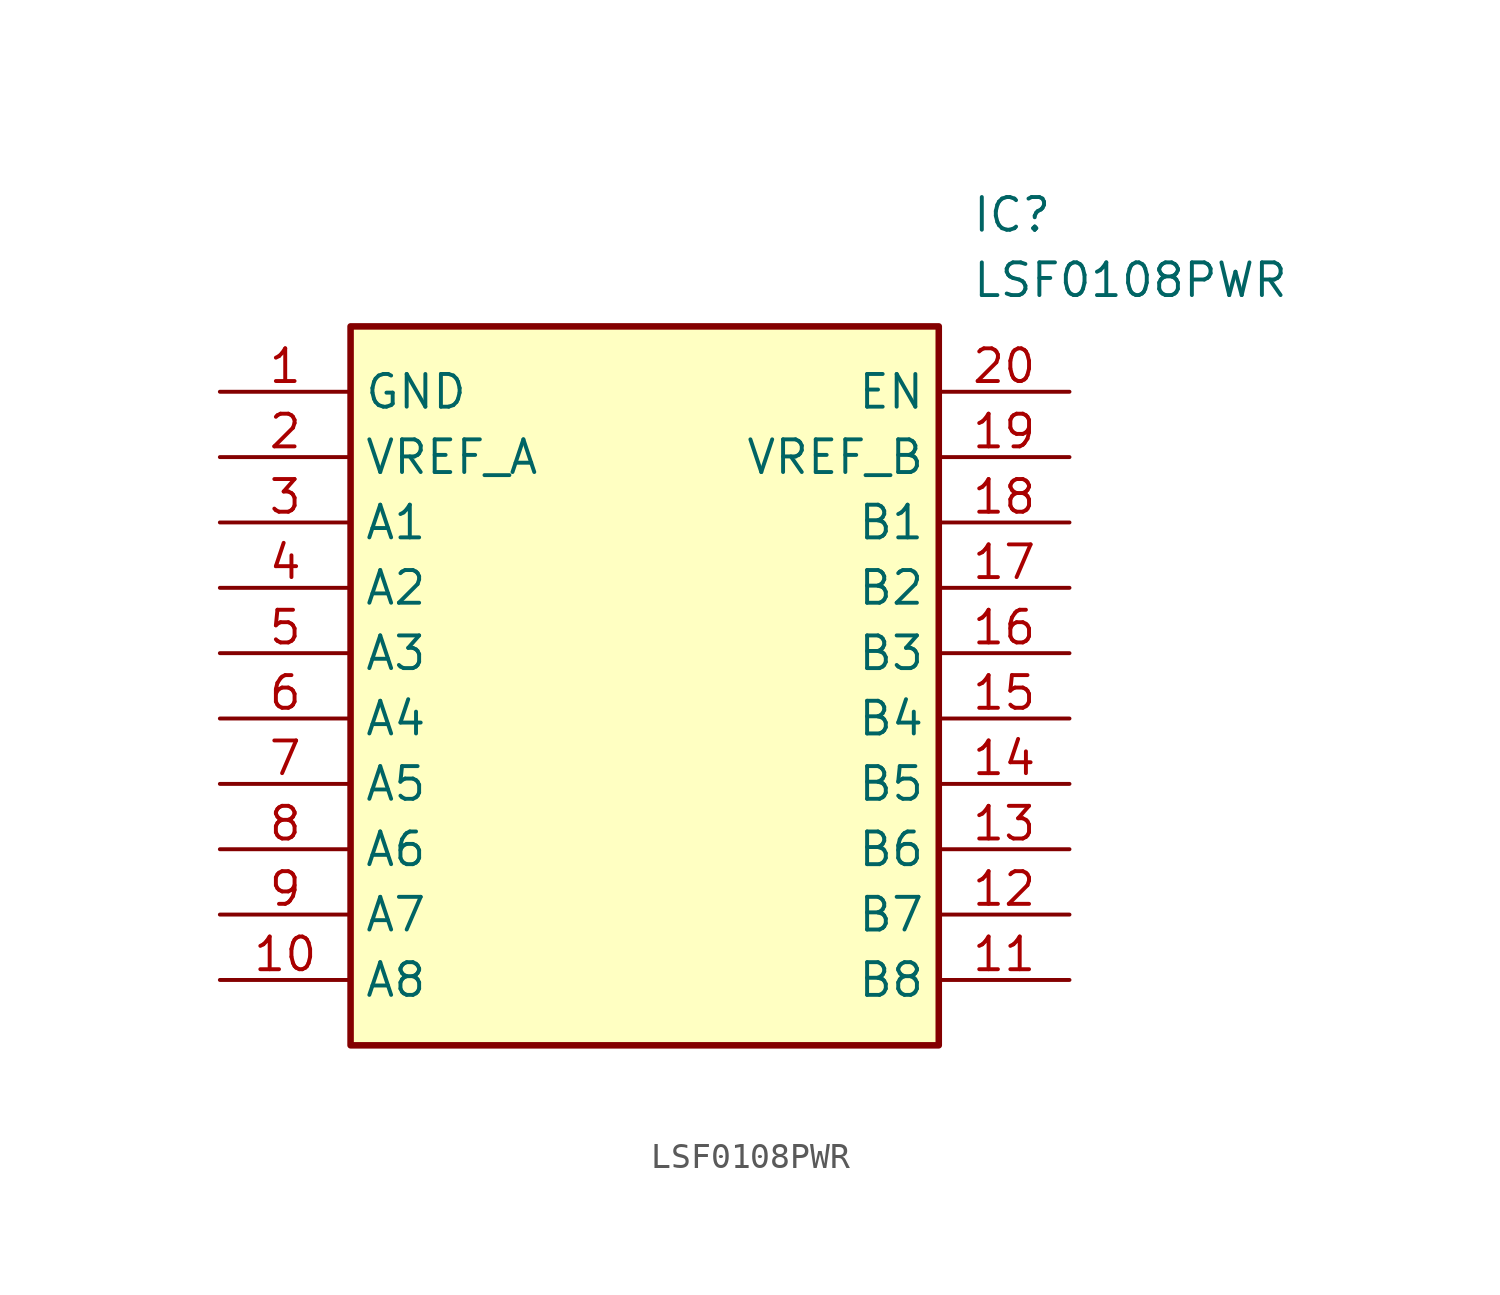
<source format=kicad_sym>
(kicad_symbol_lib
  (version 20211014)
  (generator SamacSys_ECAD_Model)
  (symbol "LSF0108PWR"
    (property "Reference" "IC"
      (at 29.21 7.62 0)
      (effects (font (size 1.27 1.27)) (justify left top)))
    (property "Value" "LSF0108PWR"
      (at 29.21 5.08 0)
      (effects (font (size 1.27 1.27)) (justify left top)))
    (rectangle
      (start 5.08 2.54)
      (end 27.94 -25.4)
      (stroke (width 0.254) (type default))
      (fill (type background)))
    (pin passive line
      (at 0 0 0)
      (length 5.08)
      (name "GND" (effects (font (size 1.27 1.27))))
      (number "1" (effects (font (size 1.27 1.27)))))
    (pin passive line
      (at 0 -2.54 0)
      (length 5.08)
      (name "VREF_A" (effects (font (size 1.27 1.27))))
      (number "2" (effects (font (size 1.27 1.27)))))
    (pin passive line
      (at 0 -5.08 0)
      (length 5.08)
      (name "A1" (effects (font (size 1.27 1.27))))
      (number "3" (effects (font (size 1.27 1.27)))))
    (pin passive line
      (at 0 -7.62 0)
      (length 5.08)
      (name "A2" (effects (font (size 1.27 1.27))))
      (number "4" (effects (font (size 1.27 1.27)))))
    (pin passive line
      (at 0 -10.16 0)
      (length 5.08)
      (name "A3" (effects (font (size 1.27 1.27))))
      (number "5" (effects (font (size 1.27 1.27)))))
    (pin passive line
      (at 0 -12.7 0)
      (length 5.08)
      (name "A4" (effects (font (size 1.27 1.27))))
      (number "6" (effects (font (size 1.27 1.27)))))
    (pin passive line
      (at 0 -15.24 0)
      (length 5.08)
      (name "A5" (effects (font (size 1.27 1.27))))
      (number "7" (effects (font (size 1.27 1.27)))))
    (pin passive line
      (at 0 -17.78 0)
      (length 5.08)
      (name "A6" (effects (font (size 1.27 1.27))))
      (number "8" (effects (font (size 1.27 1.27)))))
    (pin passive line
      (at 0 -20.32 0)
      (length 5.08)
      (name "A7" (effects (font (size 1.27 1.27))))
      (number "9" (effects (font (size 1.27 1.27)))))
    (pin passive line
      (at 0 -22.86 0)
      (length 5.08)
      (name "A8" (effects (font (size 1.27 1.27))))
      (number "10" (effects (font (size 1.27 1.27)))))
    (pin passive line
      (at 33.02 0 180)
      (length 5.08)
      (name "EN" (effects (font (size 1.27 1.27))))
      (number "20" (effects (font (size 1.27 1.27)))))
    (pin passive line
      (at 33.02 -2.54 180)
      (length 5.08)
      (name "VREF_B" (effects (font (size 1.27 1.27))))
      (number "19" (effects (font (size 1.27 1.27)))))
    (pin passive line
      (at 33.02 -5.08 180)
      (length 5.08)
      (name "B1" (effects (font (size 1.27 1.27))))
      (number "18" (effects (font (size 1.27 1.27)))))
    (pin passive line
      (at 33.02 -7.62 180)
      (length 5.08)
      (name "B2" (effects (font (size 1.27 1.27))))
      (number "17" (effects (font (size 1.27 1.27)))))
    (pin passive line
      (at 33.02 -10.16 180)
      (length 5.08)
      (name "B3" (effects (font (size 1.27 1.27))))
      (number "16" (effects (font (size 1.27 1.27)))))
    (pin passive line
      (at 33.02 -12.7 180)
      (length 5.08)
      (name "B4" (effects (font (size 1.27 1.27))))
      (number "15" (effects (font (size 1.27 1.27)))))
    (pin passive line
      (at 33.02 -15.24 180)
      (length 5.08)
      (name "B5" (effects (font (size 1.27 1.27))))
      (number "14" (effects (font (size 1.27 1.27)))))
    (pin passive line
      (at 33.02 -17.78 180)
      (length 5.08)
      (name "B6" (effects (font (size 1.27 1.27))))
      (number "13" (effects (font (size 1.27 1.27)))))
    (pin passive line
      (at 33.02 -20.32 180)
      (length 5.08)
      (name "B7" (effects (font (size 1.27 1.27))))
      (number "12" (effects (font (size 1.27 1.27)))))
    (pin passive line
      (at 33.02 -22.86 180)
      (length 5.08)
      (name "B8" (effects (font (size 1.27 1.27))))
      (number "11" (effects (font (size 1.27 1.27)))))))
</source>
